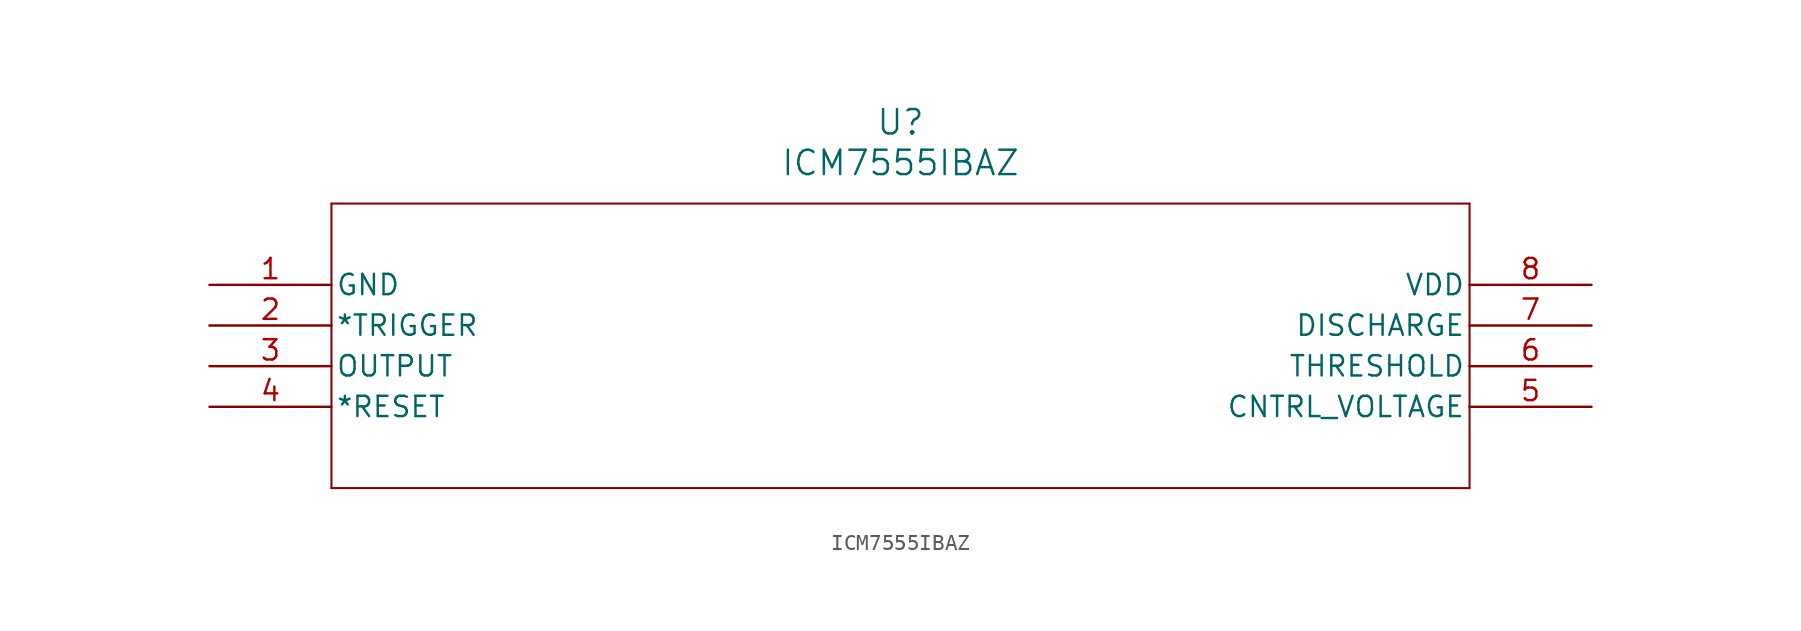
<source format=kicad_sym>
(kicad_symbol_lib
  (version 20220914)
  (generator kicad_symbol_editor)
  (symbol "ICM7555IBAZ"
    (pin_names
      (offset 0.254))
    (property "Reference" "U"
      (at 43.18 10.16 0)
      (effects (font (size 1.524 1.524))))
    (property "Value" "ICM7555IBAZ"
      (at 43.18 7.62 0)
      (effects (font (size 1.524 1.524))))
    (property "ki_locked" ""
      (at 0 0 0)
      (effects (font (size 1.27 1.27))))
    (symbol "ICM7555IBAZ_0_1"
      (polyline (pts (xy 7.62 -12.7) (xy 78.74 -12.7)) (stroke (width 0.127) (type default)) (fill (type none)))
      (polyline (pts (xy 7.62 5.08) (xy 7.62 -12.7)) (stroke (width 0.127) (type default)) (fill (type none)))
      (polyline (pts (xy 78.74 -12.7) (xy 78.74 5.08)) (stroke (width 0.127) (type default)) (fill (type none)))
      (polyline (pts (xy 78.74 5.08) (xy 7.62 5.08)) (stroke (width 0.127) (type default)) (fill (type none)))
      (pin power_in line (at 0 0 0) (length 7.62) (name "GND" (effects (font (size 1.27 1.27)))) (number "1" (effects (font (size 1.27 1.27)))))
      (pin unspecified line (at 0 -2.54 0) (length 7.62) (name "*TRIGGER" (effects (font (size 1.27 1.27)))) (number "2" (effects (font (size 1.27 1.27)))))
      (pin output line (at 0 -5.08 0) (length 7.62) (name "OUTPUT" (effects (font (size 1.27 1.27)))) (number "3" (effects (font (size 1.27 1.27)))))
      (pin unspecified line (at 0 -7.62 0) (length 7.62) (name "*RESET" (effects (font (size 1.27 1.27)))) (number "4" (effects (font (size 1.27 1.27)))))
      (pin unspecified line (at 86.36 -7.62 180) (length 7.62) (name "CNTRL_VOLTAGE" (effects (font (size 1.27 1.27)))) (number "5" (effects (font (size 1.27 1.27)))))
      (pin unspecified line (at 86.36 -5.08 180) (length 7.62) (name "THRESHOLD" (effects (font (size 1.27 1.27)))) (number "6" (effects (font (size 1.27 1.27)))))
      (pin unspecified line (at 86.36 -2.54 180) (length 7.62) (name "DISCHARGE" (effects (font (size 1.27 1.27)))) (number "7" (effects (font (size 1.27 1.27)))))
      (pin power_in line (at 86.36 0 180) (length 7.62) (name "VDD" (effects (font (size 1.27 1.27)))) (number "8" (effects (font (size 1.27 1.27))))))))
</source>
